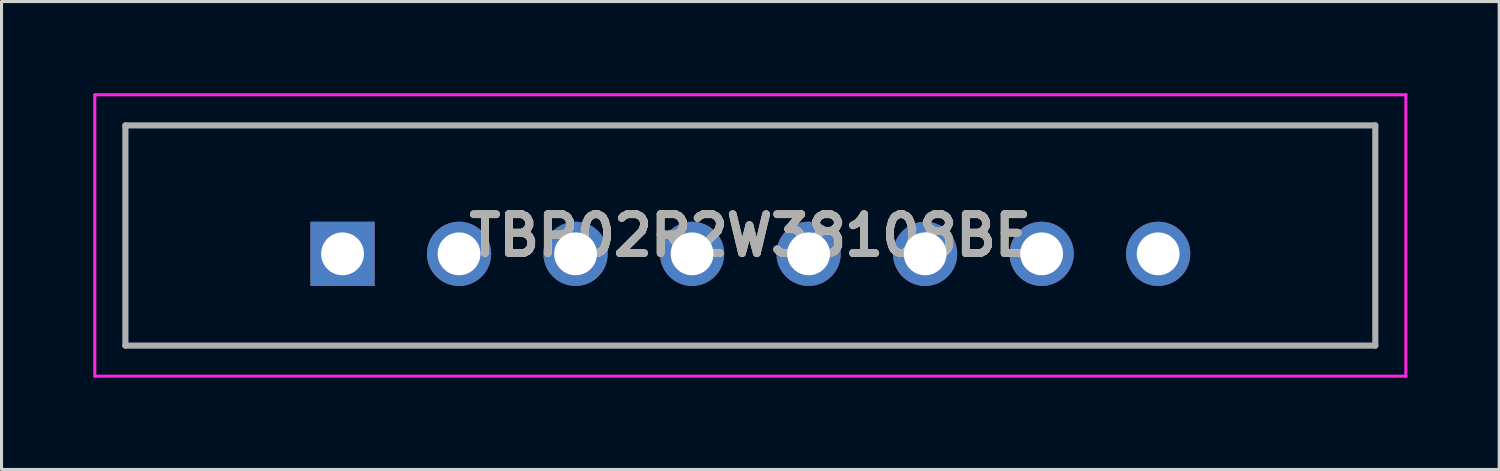
<source format=kicad_pcb>
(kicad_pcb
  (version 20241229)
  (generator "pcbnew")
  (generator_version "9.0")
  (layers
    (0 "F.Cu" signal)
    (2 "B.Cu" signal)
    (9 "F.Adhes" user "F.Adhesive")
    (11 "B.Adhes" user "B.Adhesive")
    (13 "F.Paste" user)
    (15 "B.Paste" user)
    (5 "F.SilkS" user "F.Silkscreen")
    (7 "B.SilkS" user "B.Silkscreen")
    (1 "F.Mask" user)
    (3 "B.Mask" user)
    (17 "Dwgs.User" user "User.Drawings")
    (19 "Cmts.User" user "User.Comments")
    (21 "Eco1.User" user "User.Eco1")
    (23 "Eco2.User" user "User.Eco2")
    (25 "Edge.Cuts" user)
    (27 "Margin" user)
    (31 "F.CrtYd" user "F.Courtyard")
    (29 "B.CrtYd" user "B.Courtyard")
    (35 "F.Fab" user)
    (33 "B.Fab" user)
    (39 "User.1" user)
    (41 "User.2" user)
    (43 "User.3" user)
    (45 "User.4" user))
  (footprint "TBP02R2W38108BE"
    (layer "F.Cu")
    (at 8.15 5.25)
    (property "Reference" "TBP02R2W38108BE" (at 13.335 -0.6 0) (layer "F.SilkS") (effects (font (size 1.27 1.27) (thickness 0.254))))
    (attr through_hole)
    (fp_line (start -7.1 -4.2) (end 33.77 -4.2) (stroke (width 0.1) (type solid)) (layer "F.SilkS"))
    (fp_line (start -7.1 3) (end -7.1 -4.2) (stroke (width 0.1) (type solid)) (layer "F.SilkS"))
    (fp_line (start 33.77 -4.2) (end 33.77 3) (stroke (width 0.1) (type solid)) (layer "F.SilkS"))
    (fp_line (start 33.77 3) (end -7.1 3) (stroke (width 0.1) (type solid)) (layer "F.SilkS"))
    (fp_line (start -8.1 -5.2) (end 34.77 -5.2) (stroke (width 0.1) (type solid)) (layer "F.CrtYd"))
    (fp_line (start -8.1 4) (end -8.1 -5.2) (stroke (width 0.1) (type solid)) (layer "F.CrtYd"))
    (fp_line (start 34.77 -5.2) (end 34.77 4) (stroke (width 0.1) (type solid)) (layer "F.CrtYd"))
    (fp_line (start 34.77 4) (end -8.1 4) (stroke (width 0.1) (type solid)) (layer "F.CrtYd"))
    (fp_line (start -7.1 -4.2) (end -7.1 3) (stroke (width 0.2) (type solid)) (layer "F.Fab"))
    (fp_line (start -7.1 3) (end 33.77 3) (stroke (width 0.2) (type solid)) (layer "F.Fab"))
    (fp_line (start 33.77 -4.2) (end -7.1 -4.2) (stroke (width 0.2) (type solid)) (layer "F.Fab"))
    (fp_line (start 33.77 3) (end 33.77 -4.2) (stroke (width 0.2) (type solid)) (layer "F.Fab"))
    (fp_text user "${REFERENCE}" (at 13.335 -0.6 0) (layer "F.Fab") (effects (font (size 1.27 1.27) (thickness 0.254))))
    (pad "1" thru_hole rect (at 0 0) (size 2.1 2.1) (drill 1.4) (layers "*.Cu" "*.Mask"))
    (pad "2" thru_hole circle (at 3.81 0) (size 2.1 2.1) (drill 1.4) (layers "*.Cu" "*.Mask"))
    (pad "3" thru_hole circle (at 7.62 0) (size 2.1 2.1) (drill 1.4) (layers "*.Cu" "*.Mask"))
    (pad "4" thru_hole circle (at 11.43 0) (size 2.1 2.1) (drill 1.4) (layers "*.Cu" "*.Mask"))
    (pad "5" thru_hole circle (at 15.24 0) (size 2.1 2.1) (drill 1.4) (layers "*.Cu" "*.Mask"))
    (pad "6" thru_hole circle (at 19.05 0) (size 2.1 2.1) (drill 1.4) (layers "*.Cu" "*.Mask"))
    (pad "7" thru_hole circle (at 22.86 0) (size 2.1 2.1) (drill 1.4) (layers "*.Cu" "*.Mask"))
    (pad "8" thru_hole circle (at 26.67 0) (size 2.1 2.1) (drill 1.4) (layers "*.Cu" "*.Mask")))
  (gr_rect
    (start -3 -3)
    (end 45.97 12.3)
    (stroke (width 0.1) (type default))
    (fill no)
    (layer "Edge.Cuts")))
</source>
